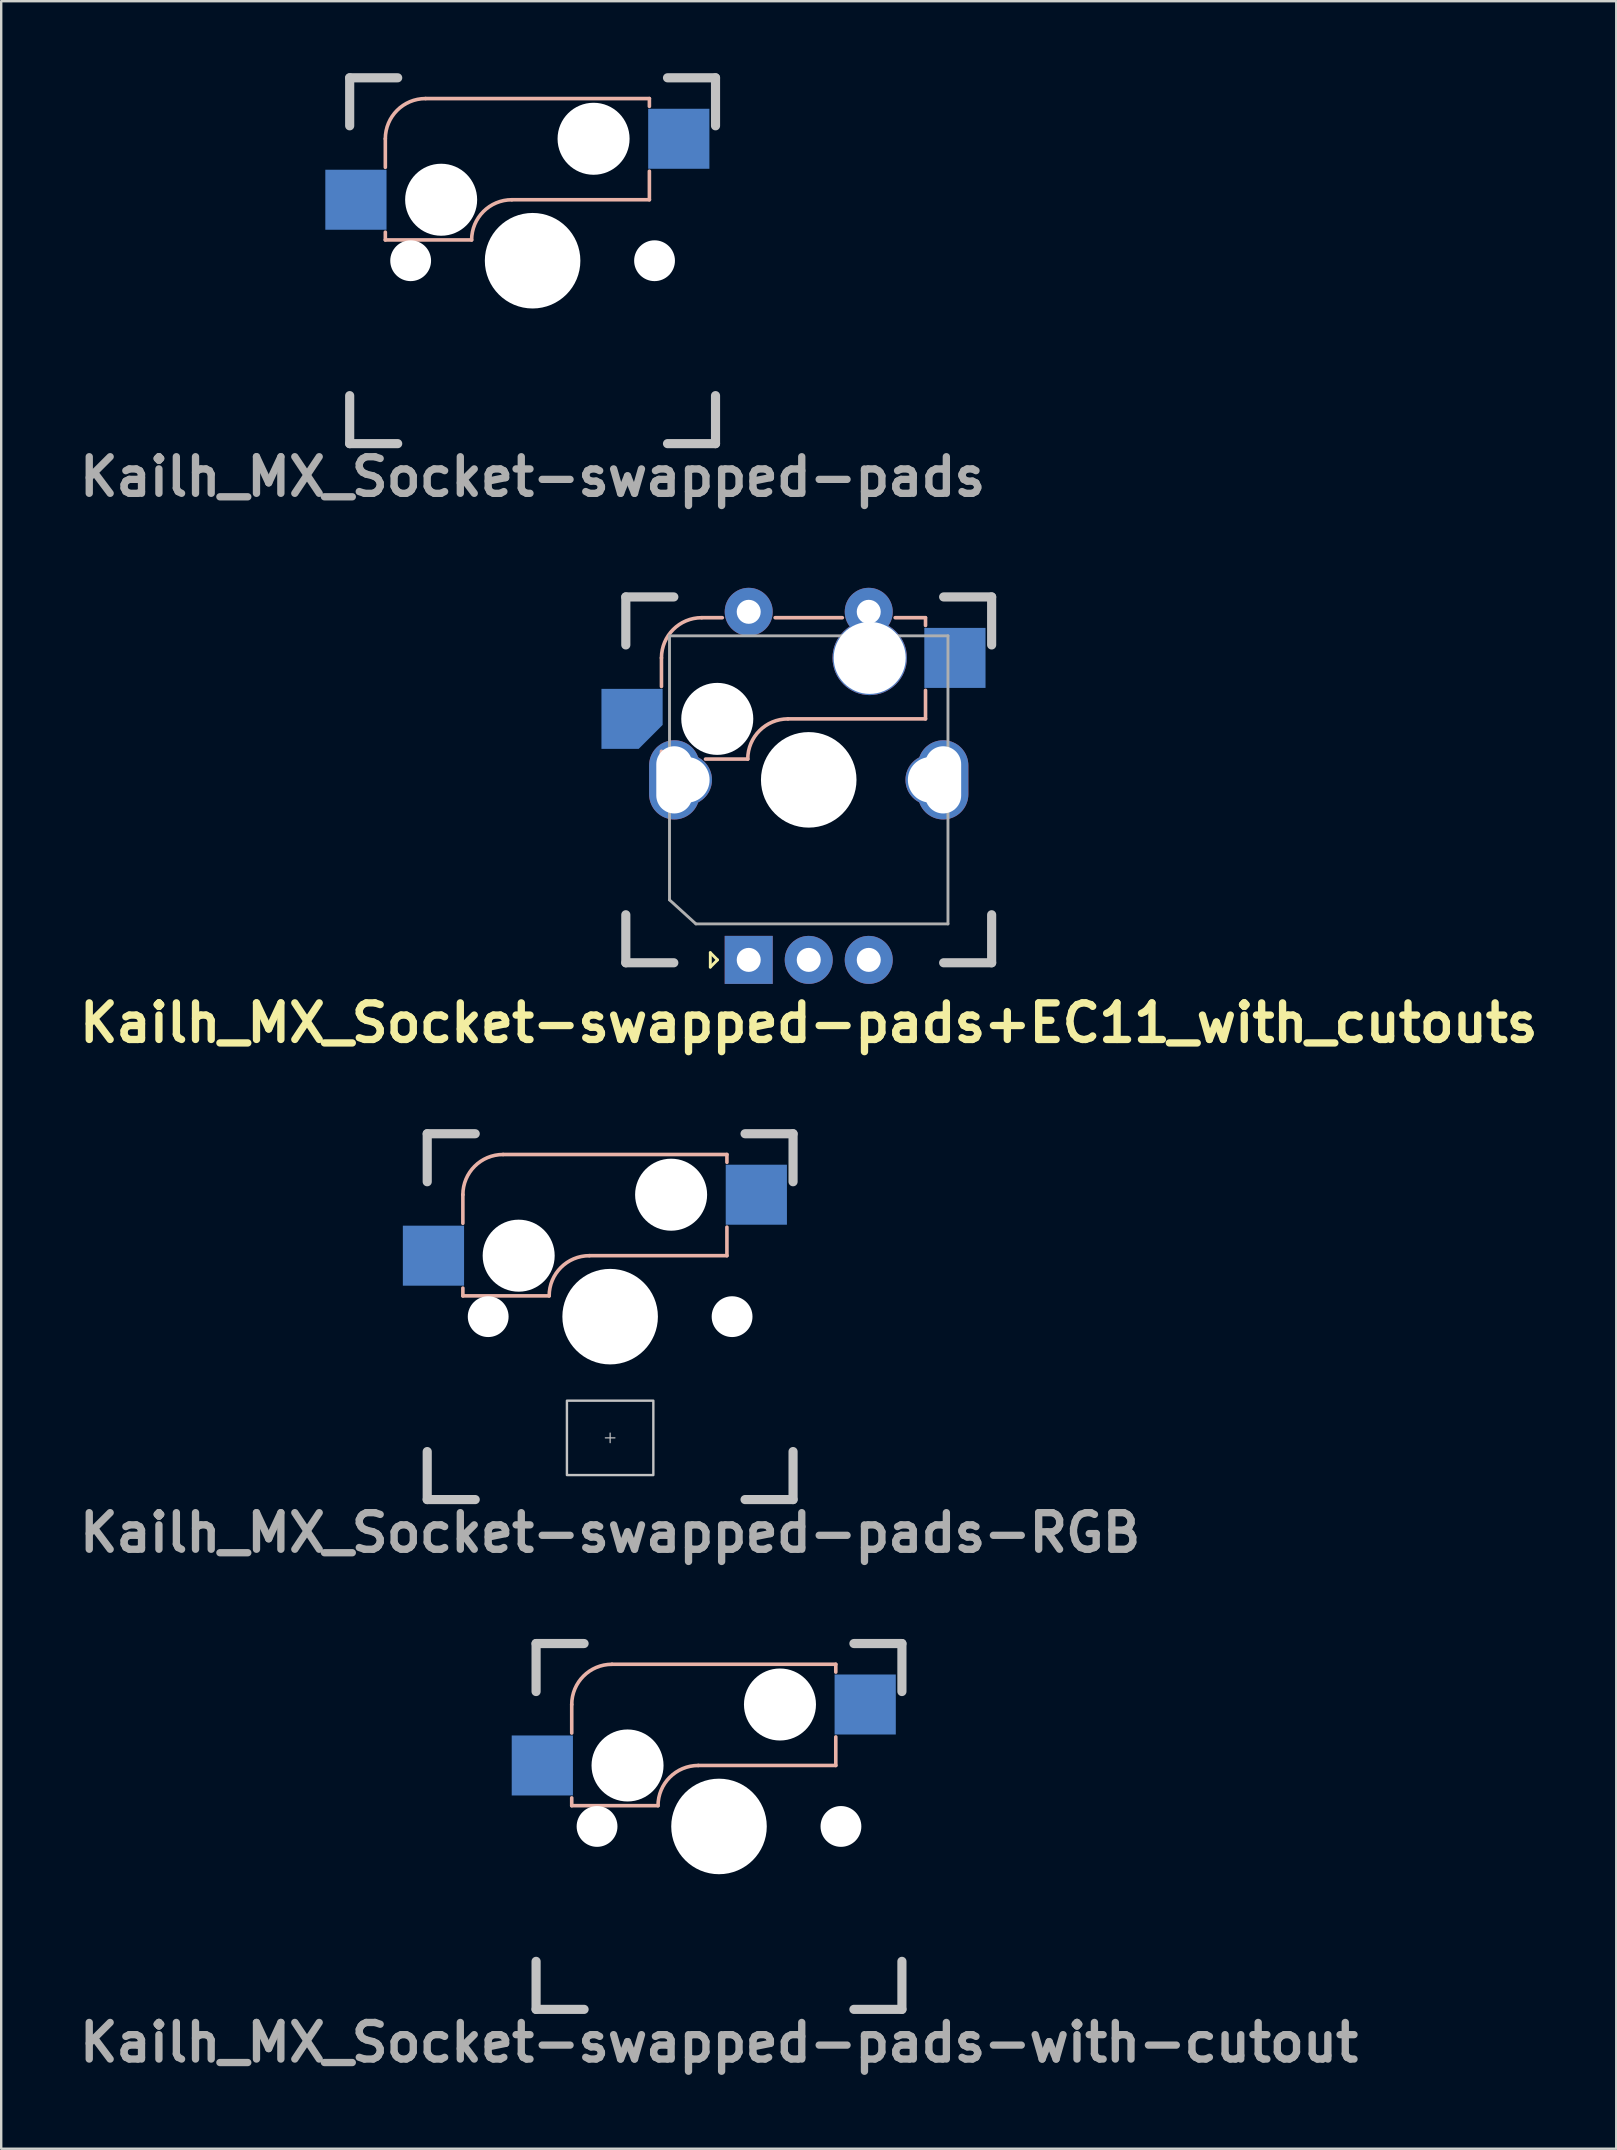
<source format=kicad_pcb>
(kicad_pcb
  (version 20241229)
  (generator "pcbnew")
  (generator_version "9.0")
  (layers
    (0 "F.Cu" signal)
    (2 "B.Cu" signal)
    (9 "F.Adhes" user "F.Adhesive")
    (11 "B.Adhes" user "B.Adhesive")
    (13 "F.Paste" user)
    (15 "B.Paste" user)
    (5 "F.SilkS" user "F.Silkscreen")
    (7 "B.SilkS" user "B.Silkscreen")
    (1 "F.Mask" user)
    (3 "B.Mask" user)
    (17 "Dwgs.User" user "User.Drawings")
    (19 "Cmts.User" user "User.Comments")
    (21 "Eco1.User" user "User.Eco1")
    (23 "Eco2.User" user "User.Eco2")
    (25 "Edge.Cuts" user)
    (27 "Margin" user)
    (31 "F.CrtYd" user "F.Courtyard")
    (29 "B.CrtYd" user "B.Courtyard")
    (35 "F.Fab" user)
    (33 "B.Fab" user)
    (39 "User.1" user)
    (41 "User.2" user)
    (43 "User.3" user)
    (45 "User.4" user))
  (footprint "Kailh_MX_Socket-swapped-pads-RGB"
    (layer "F.Cu")
    (at 22.367 51.799)
    (property "Reference" "Kailh_MX_Socket-swapped-pads-RGB" (at 0 9 0) (layer "F.Fab") (effects (font (size 1.524 1.524) (thickness 0.305))))
    (attr through_hole)
    (fp_line (start -6.135 -5.08) (end -6.135 -3.89) (stroke (width 0.15) (type solid)) (layer "B.SilkS"))
    (fp_line (start -6.135 -1.19) (end -6.135 -0.865) (stroke (width 0.15) (type solid)) (layer "B.SilkS"))
    (fp_line (start -6.135 -0.865) (end -2.54 -0.865) (stroke (width 0.15) (type solid)) (layer "B.SilkS"))
    (fp_line (start -4.46 -6.755) (end 4.865 -6.755) (stroke (width 0.15) (type solid)) (layer "B.SilkS"))
    (fp_line (start -0.865 -2.54) (end 4.865 -2.54) (stroke (width 0.15) (type solid)) (layer "B.SilkS"))
    (fp_line (start 4.865 -6.755) (end 4.865 -6.43) (stroke (width 0.15) (type solid)) (layer "B.SilkS"))
    (fp_line (start 4.865 -3.73) (end 4.865 -2.54) (stroke (width 0.15) (type solid)) (layer "B.SilkS"))
    (fp_arc (start -6.135 -5.08) (mid -5.644404 -6.264404) (end -4.46 -6.755) (stroke (width 0.15) (type solid)) (layer "B.SilkS"))
    (fp_arc (start -2.54 -0.865) (mid -2.049404 -2.049404) (end -0.865 -2.54) (stroke (width 0.15) (type solid)) (layer "B.SilkS"))
    (fp_line (start -7.62 -7.62) (end -7.62 -5.62) (stroke (width 0.381) (type solid)) (layer "Dwgs.User"))
    (fp_line (start -7.62 5.62) (end -7.62 7.62) (stroke (width 0.381) (type solid)) (layer "Dwgs.User"))
    (fp_line (start -7.62 7.62) (end -5.62 7.62) (stroke (width 0.381) (type solid)) (layer "Dwgs.User"))
    (fp_line (start -5.62 -7.62) (end -7.62 -7.62) (stroke (width 0.381) (type solid)) (layer "Dwgs.User"))
    (fp_line (start -0.2 5.05) (end 0.2 5.05) (stroke (width 0.05) (type solid)) (layer "Dwgs.User"))
    (fp_line (start 0 4.85) (end 0 5.25) (stroke (width 0.05) (type solid)) (layer "Dwgs.User"))
    (fp_line (start 5.62 7.62) (end 7.62 7.62) (stroke (width 0.381) (type solid)) (layer "Dwgs.User"))
    (fp_line (start 7.62 -7.62) (end 5.62 -7.62) (stroke (width 0.381) (type solid)) (layer "Dwgs.User"))
    (fp_line (start 7.62 -5.62) (end 7.62 -7.62) (stroke (width 0.381) (type solid)) (layer "Dwgs.User"))
    (fp_line (start 7.62 5.62) (end 7.62 7.62) (stroke (width 0.381) (type solid)) (layer "Dwgs.User"))
    (fp_rect (start -1.8 3.5) (end 1.8 6.6) (stroke (width 0.1) (type solid)) (fill no) (layer "Dwgs.User"))
    (pad "" np_thru_hole circle (at -5.08 0) (size 1.7 1.7) (drill 1.7) (layers "*.Cu" "*.Mask"))
    (pad "" np_thru_hole circle (at -3.81 -2.54) (size 3 3) (drill 3) (layers "*.Cu" "*.Mask"))
    (pad "" np_thru_hole circle (at 0 0) (size 3.98 3.98) (drill 3.98) (layers "*.Cu" "*.Mask"))
    (pad "" np_thru_hole circle (at 2.54 -5.08) (size 3 3) (drill 3) (layers "*.Cu" "*.Mask"))
    (pad "" np_thru_hole circle (at 5.08 0) (size 1.7 1.7) (drill 1.7) (layers "*.Cu" "*.Mask"))
    (pad "1" smd rect (at -7.36 -2.54) (size 2.55 2.5) (layers "B.Cu" "B.Mask" "B.Paste"))
    (pad "2" smd rect (at 6.09 -5.08) (size 2.55 2.5) (layers "B.Cu" "B.Mask" "B.Paste")))
  (footprint "Kailh_MX_Socket-swapped-pads"
    (layer "F.Cu")
    (at 19.137 7.811)
    (property "Reference" "Kailh_MX_Socket-swapped-pads" (at 0 9 0) (layer "F.Fab") (effects (font (size 1.524 1.524) (thickness 0.305))))
    (attr smd)
    (fp_line (start -6.135 -5.08) (end -6.135 -3.89) (stroke (width 0.15) (type solid)) (layer "B.SilkS"))
    (fp_line (start -6.135 -1.19) (end -6.135 -0.865) (stroke (width 0.15) (type solid)) (layer "B.SilkS"))
    (fp_line (start -6.135 -0.865) (end -2.54 -0.865) (stroke (width 0.15) (type solid)) (layer "B.SilkS"))
    (fp_line (start -4.46 -6.755) (end 4.865 -6.755) (stroke (width 0.15) (type solid)) (layer "B.SilkS"))
    (fp_line (start -0.865 -2.54) (end 4.865 -2.54) (stroke (width 0.15) (type solid)) (layer "B.SilkS"))
    (fp_line (start 4.865 -6.755) (end 4.865 -6.43) (stroke (width 0.15) (type solid)) (layer "B.SilkS"))
    (fp_line (start 4.865 -3.73) (end 4.865 -2.54) (stroke (width 0.15) (type solid)) (layer "B.SilkS"))
    (fp_arc (start -6.135 -5.08) (mid -5.644404 -6.264404) (end -4.46 -6.755) (stroke (width 0.15) (type solid)) (layer "B.SilkS"))
    (fp_arc (start -2.54 -0.865) (mid -2.049404 -2.049404) (end -0.865 -2.54) (stroke (width 0.15) (type solid)) (layer "B.SilkS"))
    (fp_line (start -7.62 -7.62) (end -7.62 -5.62) (stroke (width 0.381) (type solid)) (layer "Dwgs.User"))
    (fp_line (start -7.62 5.62) (end -7.62 7.62) (stroke (width 0.381) (type solid)) (layer "Dwgs.User"))
    (fp_line (start -7.62 7.62) (end -5.62 7.62) (stroke (width 0.381) (type solid)) (layer "Dwgs.User"))
    (fp_line (start -5.62 -7.62) (end -7.62 -7.62) (stroke (width 0.381) (type solid)) (layer "Dwgs.User"))
    (fp_line (start 5.62 7.62) (end 7.62 7.62) (stroke (width 0.381) (type solid)) (layer "Dwgs.User"))
    (fp_line (start 7.62 -7.62) (end 5.62 -7.62) (stroke (width 0.381) (type solid)) (layer "Dwgs.User"))
    (fp_line (start 7.62 -5.62) (end 7.62 -7.62) (stroke (width 0.381) (type solid)) (layer "Dwgs.User"))
    (fp_line (start 7.62 5.62) (end 7.62 7.62) (stroke (width 0.381) (type solid)) (layer "Dwgs.User"))
    (pad "" np_thru_hole circle (at -5.08 0) (size 1.7 1.7) (drill 1.7) (layers "*.Cu" "*.Mask"))
    (pad "" np_thru_hole circle (at -3.81 -2.54) (size 3 3) (drill 3) (layers "*.Cu" "*.Mask"))
    (pad "" np_thru_hole circle (at 0 0) (size 3.98 3.98) (drill 3.98) (layers "*.Cu" "*.Mask"))
    (pad "" np_thru_hole circle (at 2.54 -5.08) (size 3 3) (drill 3) (layers "*.Cu" "*.Mask"))
    (pad "" np_thru_hole circle (at 5.08 0) (size 1.7 1.7) (drill 1.7) (layers "*.Cu" "*.Mask"))
    (pad "1" smd rect (at -7.36 -2.54) (size 2.55 2.5) (layers "B.Cu" "B.Mask" "B.Paste"))
    (pad "2" smd rect (at 6.09 -5.08) (size 2.55 2.5) (layers "B.Cu" "B.Mask" "B.Paste")))
  (footprint "Kailh_MX_Socket-swapped-pads-with-cutout"
    (layer "F.Cu")
    (at 26.902 73.036)
    (property "Reference" "Kailh_MX_Socket-swapped-pads-with-cutout" (at 0 9 0) (layer "F.Fab") (effects (font (size 1.524 1.524) (thickness 0.305))))
    (attr smd)
    (fp_line (start -6.135 -5.08) (end -6.135 -3.89) (stroke (width 0.15) (type solid)) (layer "B.SilkS"))
    (fp_line (start -6.135 -1.19) (end -6.135 -0.865) (stroke (width 0.15) (type solid)) (layer "B.SilkS"))
    (fp_line (start -6.135 -0.865) (end -2.54 -0.865) (stroke (width 0.15) (type solid)) (layer "B.SilkS"))
    (fp_line (start -4.46 -6.755) (end 4.865 -6.755) (stroke (width 0.15) (type solid)) (layer "B.SilkS"))
    (fp_line (start -0.865 -2.54) (end 4.865 -2.54) (stroke (width 0.15) (type solid)) (layer "B.SilkS"))
    (fp_line (start 4.865 -6.755) (end 4.865 -6.43) (stroke (width 0.15) (type solid)) (layer "B.SilkS"))
    (fp_line (start 4.865 -3.73) (end 4.865 -2.54) (stroke (width 0.15) (type solid)) (layer "B.SilkS"))
    (fp_arc (start -6.135 -5.08) (mid -5.644404 -6.264404) (end -4.46 -6.755) (stroke (width 0.15) (type solid)) (layer "B.SilkS"))
    (fp_arc (start -2.54 -0.865) (mid -2.049404 -2.049404) (end -0.865 -2.54) (stroke (width 0.15) (type solid)) (layer "B.SilkS"))
    (fp_line (start -7.62 -7.62) (end -7.62 -5.62) (stroke (width 0.381) (type solid)) (layer "Dwgs.User"))
    (fp_line (start -7.62 5.62) (end -7.62 7.62) (stroke (width 0.381) (type solid)) (layer "Dwgs.User"))
    (fp_line (start -7.62 7.62) (end -5.62 7.62) (stroke (width 0.381) (type solid)) (layer "Dwgs.User"))
    (fp_line (start -5.62 -7.62) (end -7.62 -7.62) (stroke (width 0.381) (type solid)) (layer "Dwgs.User"))
    (fp_line (start 5.62 7.62) (end 7.62 7.62) (stroke (width 0.381) (type solid)) (layer "Dwgs.User"))
    (fp_line (start 7.62 -7.62) (end 5.62 -7.62) (stroke (width 0.381) (type solid)) (layer "Dwgs.User"))
    (fp_line (start 7.62 -5.62) (end 7.62 -7.62) (stroke (width 0.381) (type solid)) (layer "Dwgs.User"))
    (fp_line (start 7.62 5.62) (end 7.62 7.62) (stroke (width 0.381) (type solid)) (layer "Dwgs.User"))
    (fp_line (start -8.8 -3.953) (end -8.8 -1.153) (stroke (width 0.1) (type default)) (layer "User.6"))
    (fp_line (start -8.8 -3.953) (end -5.707 -6.535) (stroke (width 0.1) (type default)) (layer "User.6"))
    (fp_line (start -8.8 -1.153) (end -5.59 0.862) (stroke (width 0.1) (type default)) (layer "User.6"))
    (fp_line (start -4.425 -7) (end 5 -7) (stroke (width 0.1) (type default)) (layer "User.6"))
    (fp_line (start -0.484 2.126) (end -5.289 0.988) (stroke (width 0.1) (type default)) (layer "User.6"))
    (fp_line (start 0.541 2.123) (end 5.298 0.971) (stroke (width 0.1) (type default)) (layer "User.6"))
    (fp_line (start 5 -7) (end 7.6 -6.553) (stroke (width 0.1) (type default)) (layer "User.6"))
    (fp_line (start 7.6 -6.553) (end 7.6 -3.653) (stroke (width 0.1) (type default)) (layer "User.6"))
    (fp_line (start 7.6 -3.653) (end 5.992 0.371) (stroke (width 0.1) (type default)) (layer "User.6"))
    (fp_arc (start -5.706628 -6.535306) (mid -5.106582 -6.880241) (end -4.424897 -7) (stroke (width 0.1) (type default)) (layer "User.6"))
    (fp_arc (start -5.288934 0.988135) (mid -5.444745 0.937449) (end -5.590189 0.862001) (stroke (width 0.1) (type default)) (layer "User.6"))
    (fp_arc (start 0.540597 2.123223) (mid 0.028496 2.18498) (end -0.483909 2.1258) (stroke (width 0.1) (type default)) (layer "User.6"))
    (fp_arc (start 5.991595 0.370711) (mid 5.717907 0.755262) (end 5.298326 0.971448) (stroke (width 0.1) (type default)) (layer "User.6"))
    (pad "" np_thru_hole circle (at -5.08 0) (size 1.7 1.7) (drill 1.7) (layers "*.Cu" "*.Mask"))
    (pad "" np_thru_hole circle (at -3.81 -2.54) (size 3 3) (drill 3) (layers "*.Cu" "*.Mask"))
    (pad "" np_thru_hole circle (at 0 0) (size 3.98 3.98) (drill 3.98) (layers "*.Cu" "*.Mask"))
    (pad "" np_thru_hole circle (at 2.54 -5.08) (size 3 3) (drill 3) (layers "*.Cu" "*.Mask"))
    (pad "" np_thru_hole circle (at 5.08 0) (size 1.7 1.7) (drill 1.7) (layers "*.Cu" "*.Mask"))
    (pad "1" smd rect (at -7.36 -2.54) (size 2.55 2.5) (layers "B.Cu" "B.Mask" "B.Paste"))
    (pad "2" smd rect (at 6.09 -5.08) (size 2.55 2.5) (layers "B.Cu" "B.Mask" "B.Paste")))
  (footprint "Kailh_MX_Socket-swapped-pads+EC11_with_cutouts"
    (layer "F.Cu")
    (at 30.64 29.437)
    (property "Reference" "Kailh_MX_Socket-swapped-pads+EC11_with_cutouts" (at 0 10.125 0) (layer "F.SilkS") (effects (font (size 1.524 1.524) (thickness 0.305) (bold yes))))
    (attr through_hole)
    (fp_line (start -4.1 7.2) (end -3.8 7.5) (stroke (width 0.12) (type solid)) (layer "F.SilkS"))
    (fp_line (start -4.1 7.8) (end -4.1 7.2) (stroke (width 0.12) (type solid)) (layer "F.SilkS"))
    (fp_line (start -3.8 7.5) (end -4.1 7.8) (stroke (width 0.12) (type solid)) (layer "F.SilkS"))
    (fp_line (start -6.135 -5.08) (end -6.135 -3.89) (stroke (width 0.15) (type solid)) (layer "B.SilkS"))
    (fp_line (start -6.135 -1.19) (end -6.135 -0.865) (stroke (width 0.15) (type solid)) (layer "B.SilkS"))
    (fp_line (start -4.46 -6.755) (end -3.6 -6.755) (stroke (width 0.15) (type solid)) (layer "B.SilkS"))
    (fp_line (start -4.3 -0.865) (end -2.54 -0.865) (stroke (width 0.15) (type solid)) (layer "B.SilkS"))
    (fp_line (start -1.4 -6.755) (end 1.4 -6.755) (stroke (width 0.15) (type solid)) (layer "B.SilkS"))
    (fp_line (start -0.865 -2.54) (end 4.865 -2.54) (stroke (width 0.15) (type solid)) (layer "B.SilkS"))
    (fp_line (start 3.6 -6.755) (end 4.862 -6.755) (stroke (width 0.15) (type solid)) (layer "B.SilkS"))
    (fp_line (start 4.865 -6.755) (end 4.865 -6.43) (stroke (width 0.15) (type solid)) (layer "B.SilkS"))
    (fp_line (start 4.865 -3.73) (end 4.865 -2.54) (stroke (width 0.15) (type solid)) (layer "B.SilkS"))
    (fp_arc (start -6.135 -5.08) (mid -5.644404 -6.264404) (end -4.46 -6.755) (stroke (width 0.15) (type solid)) (layer "B.SilkS"))
    (fp_arc (start -2.54 -0.865) (mid -2.049404 -2.049404) (end -0.865 -2.54) (stroke (width 0.15) (type solid)) (layer "B.SilkS"))
    (fp_line (start -7.62 -7.62) (end -7.62 -5.62) (stroke (width 0.381) (type solid)) (layer "Dwgs.User"))
    (fp_line (start -7.62 5.62) (end -7.62 7.62) (stroke (width 0.381) (type solid)) (layer "Dwgs.User"))
    (fp_line (start -7.62 7.62) (end -5.62 7.62) (stroke (width 0.381) (type solid)) (layer "Dwgs.User"))
    (fp_line (start -5.62 -7.62) (end -7.62 -7.62) (stroke (width 0.381) (type solid)) (layer "Dwgs.User"))
    (fp_line (start 5.62 7.62) (end 7.62 7.62) (stroke (width 0.381) (type solid)) (layer "Dwgs.User"))
    (fp_line (start 7.62 -7.62) (end 5.62 -7.62) (stroke (width 0.381) (type solid)) (layer "Dwgs.User"))
    (fp_line (start 7.62 -5.62) (end 7.62 -7.62) (stroke (width 0.381) (type solid)) (layer "Dwgs.User"))
    (fp_line (start 7.62 5.62) (end 7.62 7.62) (stroke (width 0.381) (type solid)) (layer "Dwgs.User"))
    (fp_line (start -5.8 -6) (end 5.8 -6) (stroke (width 0.12) (type solid)) (layer "F.Fab"))
    (fp_line (start -5.8 5) (end -5.8 -6) (stroke (width 0.12) (type solid)) (layer "F.Fab"))
    (fp_line (start -4.7 6) (end -5.8 5) (stroke (width 0.12) (type solid)) (layer "F.Fab"))
    (fp_line (start 5.8 -6) (end 5.8 6) (stroke (width 0.12) (type solid)) (layer "F.Fab"))
    (fp_line (start 5.8 6) (end -4.7 6) (stroke (width 0.12) (type solid)) (layer "F.Fab"))
    (fp_line (start -8.9 -3.95) (end -8.9 -1.15) (stroke (width 0.1) (type default)) (layer "User.6"))
    (fp_line (start -8.9 -3.95) (end -5.475 -6.775) (stroke (width 0.1) (type default)) (layer "User.6"))
    (fp_line (start -8.9 -1.15) (end -6.55 1.471) (stroke (width 0.1) (type default)) (layer "User.6"))
    (fp_line (start -5.475 -6.775) (end -3.165 -7.955) (stroke (width 0.1) (type default)) (layer "User.6"))
    (fp_line (start -3.6 6.4) (end -3.6 8.6) (stroke (width 0.1) (type default)) (layer "User.6"))
    (fp_line (start -2.571 -8.15) (end 2.517 -8.15) (stroke (width 0.1) (type default)) (layer "User.6"))
    (fp_line (start 0 2.25) (end -5.762 1.881) (stroke (width 0.1) (type default)) (layer "User.6"))
    (fp_line (start 0 2.25) (end 5.804 1.881) (stroke (width 0.1) (type default)) (layer "User.6"))
    (fp_line (start 2.5 6.4) (end -3.6 6.4) (stroke (width 0.1) (type default)) (layer "User.6"))
    (fp_line (start 2.5 8.6) (end -3.6 8.6) (stroke (width 0.1) (type default)) (layer "User.6"))
    (fp_line (start 2.874 -8.093) (end 7.6 -6.55) (stroke (width 0.1) (type default)) (layer "User.6"))
    (fp_line (start 7.6 -6.55) (end 7.6 -3.65) (stroke (width 0.1) (type default)) (layer "User.6"))
    (fp_line (start 7.6 -3.65) (end 6.85 0.9) (stroke (width 0.1) (type default)) (layer "User.6"))
    (fp_arc (start -5.761865 1.881272) (mid -6.199237 1.759125) (end -6.55 1.470718) (stroke (width 0.1) (type default)) (layer "User.6"))
    (fp_arc (start -3.164567 -7.955056) (mid -2.883573 -8.100015) (end -2.571368 -8.15) (stroke (width 0.1) (type default)) (layer "User.6"))
    (fp_arc (start 2.5 6.4) (mid 3.6 7.5) (end 2.5 8.6) (stroke (width 0.1) (type default)) (layer "User.6"))
    (fp_arc (start 2.516999 -8.15) (mid 2.697726 -8.13571) (end 2.873961 -8.093196) (stroke (width 0.1) (type default)) (layer "User.6"))
    (fp_arc (start 6.85 0.9) (mid 6.501602 1.576214) (end 5.804481 1.88063) (stroke (width 0.1) (type default)) (layer "User.6"))
    (pad "" np_thru_hole circle (at -5.08 0) (size 1.7 1.7) (drill 1.7) (layers "*.Cu" "*.Mask"))
    (pad "" np_thru_hole circle (at -3.81 -2.54) (size 3 3) (drill 3) (layers "*.Cu" "*.Mask"))
    (pad "" np_thru_hole circle (at 0 0) (size 3.98 3.98) (drill 3.98) (layers "*.Cu" "*.Mask"))
    (pad "" np_thru_hole circle (at 5.08 0) (size 1.7 1.7) (drill 1.7) (layers "*.Cu" "*.Mask"))
    (pad "1" smd roundrect (at -7.36 -2.54) (size 2.55 2.5) (layers "B.Cu" "B.Mask" "B.Paste") (roundrect_rratio 0) (chamfer_ratio 0.4) (chamfer bottom_right))
    (pad "2" smd rect (at 6.09 -5.08) (size 2.55 2.5) (layers "B.Cu" "B.Mask" "B.Paste"))
    (pad "A" thru_hole rect (at -2.5 7.5 90) (size 2 2) (drill 1) (layers "*.Cu" "*.Mask"))
    (pad "B" thru_hole circle (at 2.5 7.5 90) (size 2 2) (drill 1) (layers "*.Cu" "*.Mask"))
    (pad "C" thru_hole circle (at 0 7.5 90) (size 2 2) (drill 1) (layers "*.Cu" "*.Mask"))
    (pad "MP" thru_hole oval (at -5.6 0 90) (size 3.3 2.1) (drill oval 2.8 1.5) (layers "*.Cu" "*.Mask"))
    (pad "MP" thru_hole circle (at -5.08 0) (size 2.1 2.1) (drill 1.9) (layers "*.Cu" "*.Mask"))
    (pad "MP" thru_hole circle (at 5.08 0) (size 2.1 2.1) (drill 1.9) (layers "*.Cu" "*.Mask"))
    (pad "MP" thru_hole oval (at 5.6 0 90) (size 3.3 2.1) (drill oval 2.8 1.5) (layers "*.Cu" "*.Mask"))
    (pad "S1" thru_hole circle (at -2.5 -7 90) (size 2 2) (drill 1) (layers "*.Cu" "*.Mask"))
    (pad "S2" thru_hole circle (at 2.5 -7 90) (size 2 2) (drill 1) (layers "*.Cu" "*.Mask"))
    (pad "S2" thru_hole circle (at 2.54 -5.08) (size 3.1 3.1) (drill 3) (layers "*.Cu" "*.Mask")))
  (gr_rect
    (start -3 -3)
    (end 64.279 86.462)
    (stroke (width 0.1) (type default))
    (fill no)
    (layer "Edge.Cuts")))
</source>
